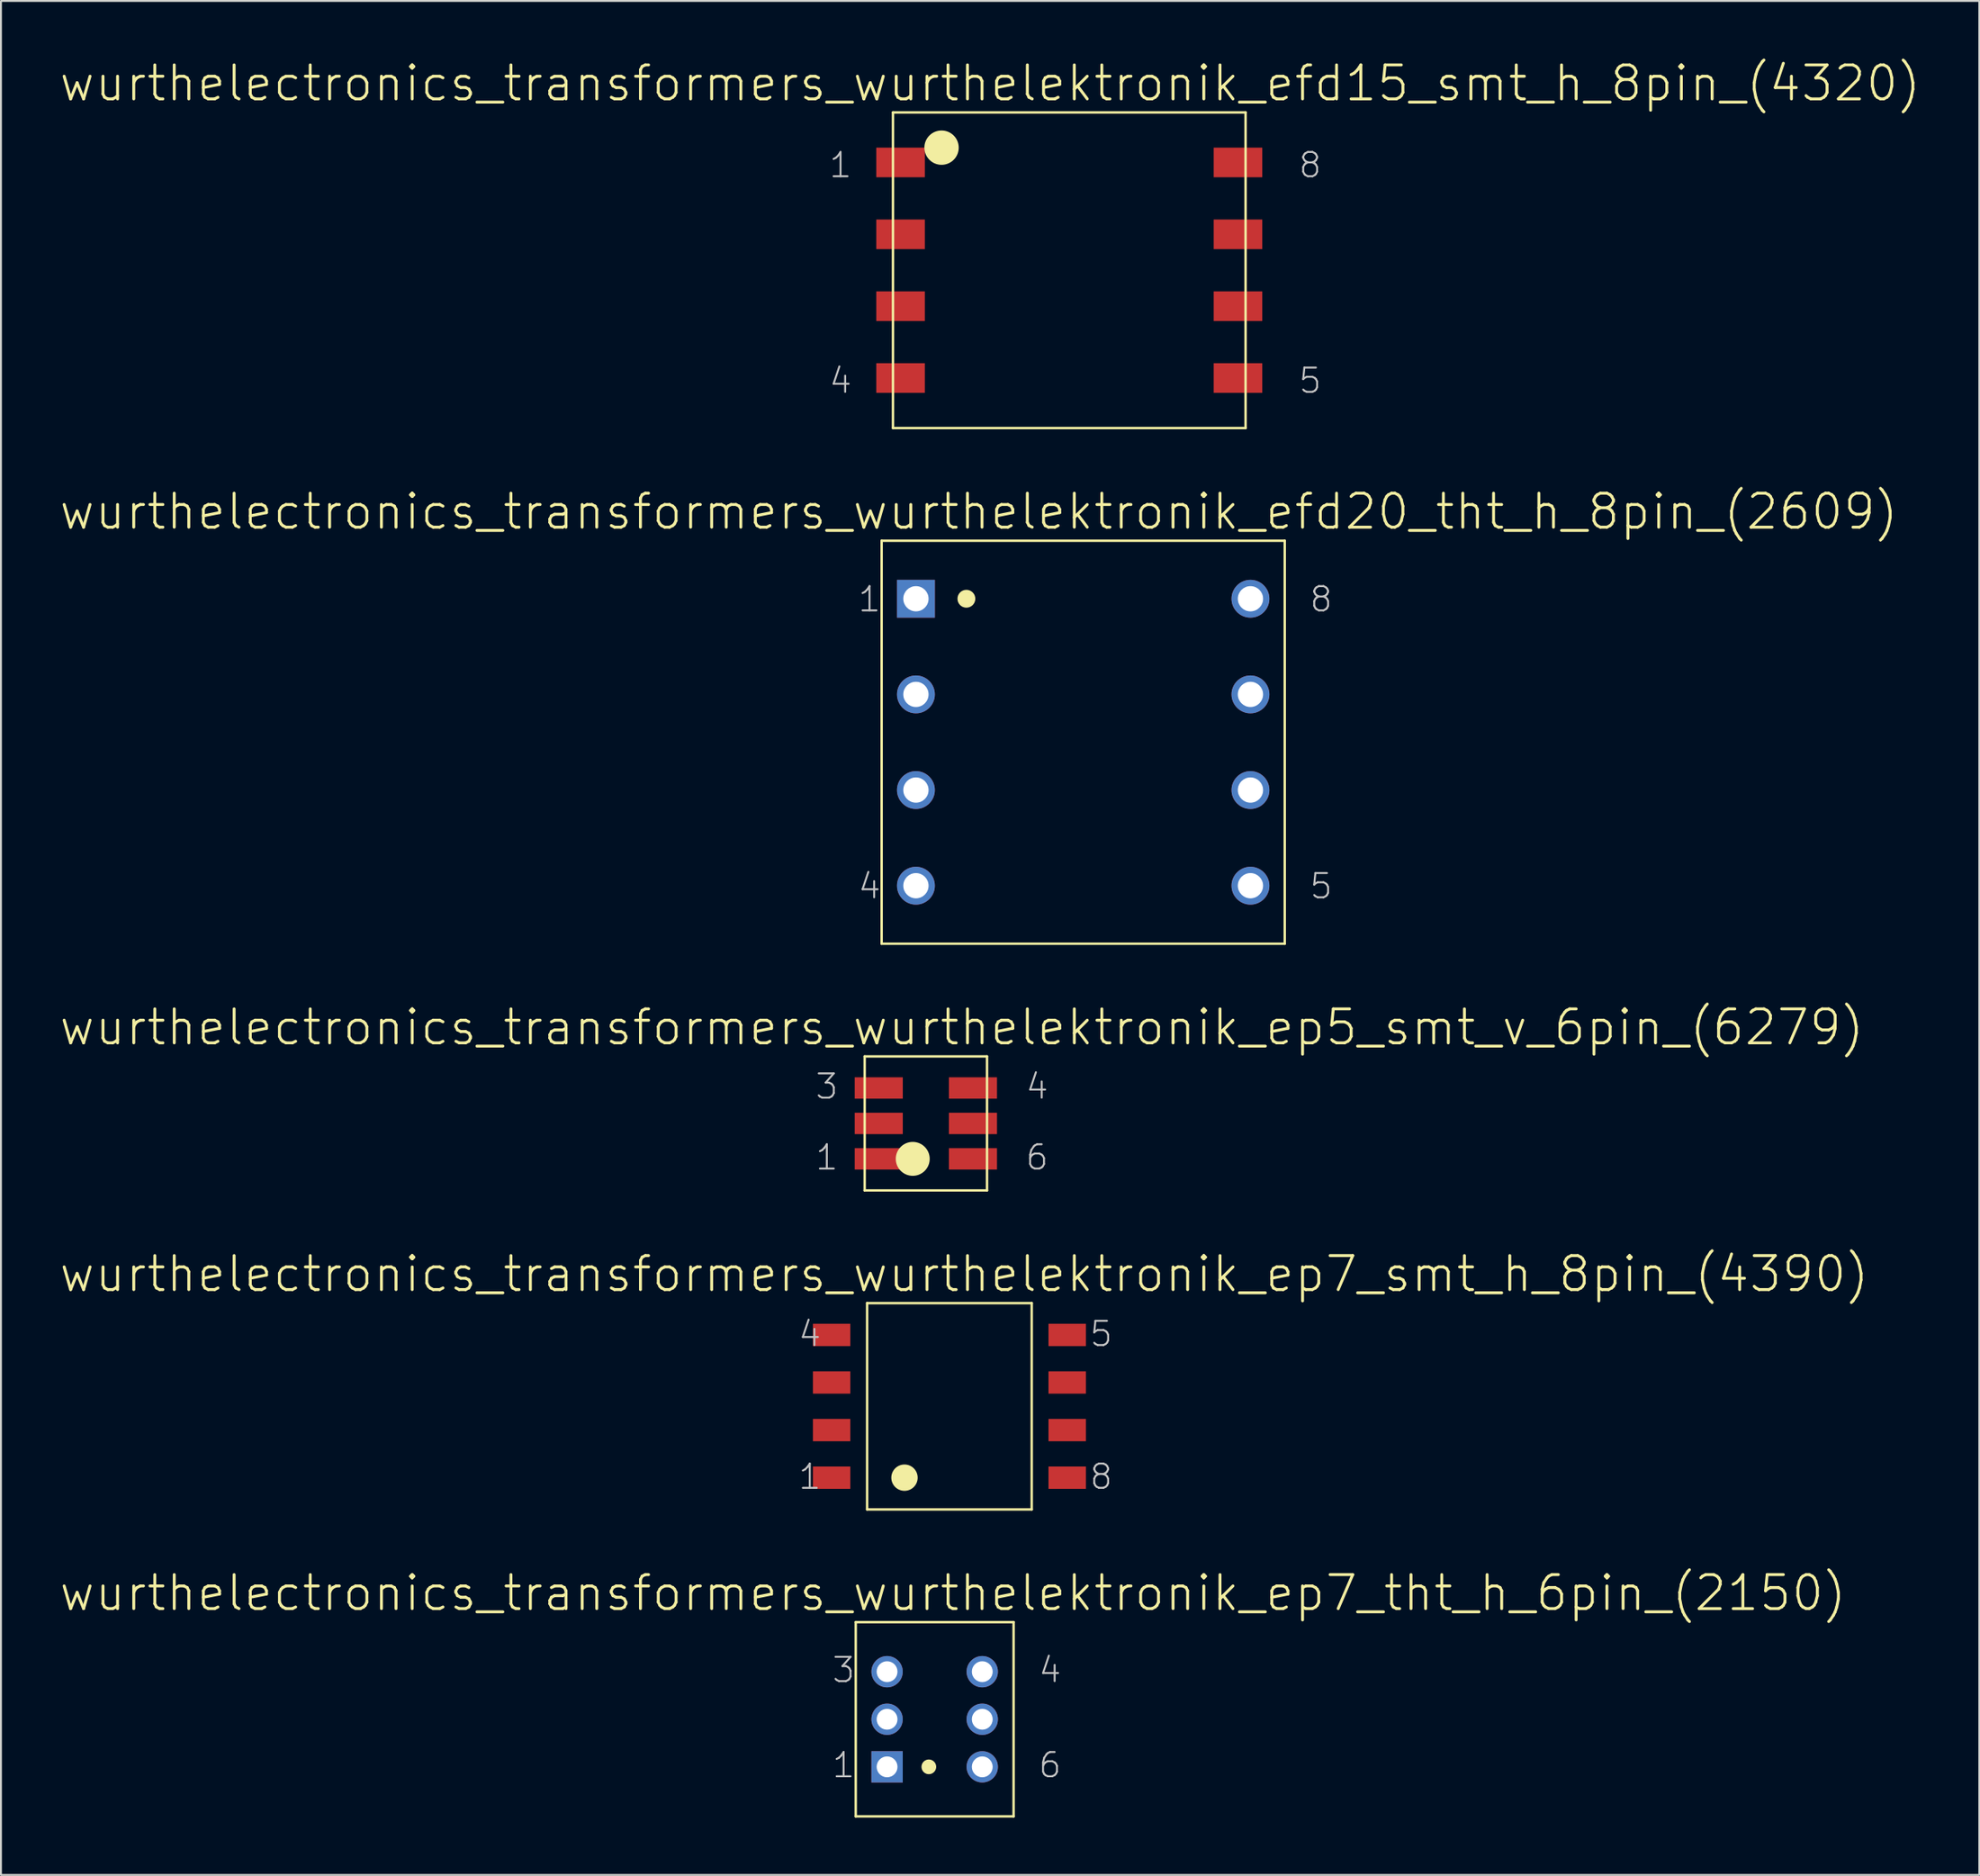
<source format=kicad_pcb>
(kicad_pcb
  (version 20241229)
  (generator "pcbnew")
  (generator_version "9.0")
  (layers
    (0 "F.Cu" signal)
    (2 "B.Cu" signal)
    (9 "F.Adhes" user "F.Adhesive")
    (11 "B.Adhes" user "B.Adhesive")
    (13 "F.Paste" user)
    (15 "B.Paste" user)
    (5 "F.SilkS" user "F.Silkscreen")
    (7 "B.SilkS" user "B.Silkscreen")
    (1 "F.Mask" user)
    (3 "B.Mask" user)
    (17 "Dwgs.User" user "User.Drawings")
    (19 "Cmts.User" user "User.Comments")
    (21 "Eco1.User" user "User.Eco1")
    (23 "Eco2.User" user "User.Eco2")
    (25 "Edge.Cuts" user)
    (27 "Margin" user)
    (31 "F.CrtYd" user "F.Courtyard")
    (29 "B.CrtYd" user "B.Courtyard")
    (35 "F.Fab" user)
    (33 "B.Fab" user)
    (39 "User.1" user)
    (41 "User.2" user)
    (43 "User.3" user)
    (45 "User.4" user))
  (footprint "wurthelectronics_transformers_wurthelektronik_ep7_smt_h_8pin_(4390)"
    (layer "F.Cu")
    (at 46.605 70.517)
    (property "Reference" "wurthelectronics_transformers_wurthelektronik_ep7_smt_h_8pin_(4390)" (at 0.775 -6.921 0) (layer "F.SilkS") (effects (font (size 1.778 1.778) (thickness 0.152))))
    (attr smd)
    (fp_line (start -4.305 -5.397) (end -4.305 5.397) (stroke (width 0.127) (type solid)) (layer "F.SilkS"))
    (fp_line (start -4.305 -5.397) (end 4.305 -5.397) (stroke (width 0.127) (type solid)) (layer "F.SilkS"))
    (fp_line (start -4.305 5.397) (end 4.305 5.397) (stroke (width 0.127) (type solid)) (layer "F.SilkS"))
    (fp_line (start 4.305 -5.397) (end 4.305 5.397) (stroke (width 0.127) (type solid)) (layer "F.SilkS"))
    (fp_circle (center -2.349 3.734) (end -2.837 4.221) (stroke (width 0) (type solid)) (fill yes) (layer "F.SilkS"))
    (fp_text user "5" (at 7.938 -3.785 0) (layer "Dwgs.User") (effects (font (size 1.27 1.27) (thickness 0.102))))
    (fp_text user "8" (at 7.938 3.683 0) (layer "Dwgs.User") (effects (font (size 1.27 1.27) (thickness 0.102))))
    (fp_text user "1" (at -7.303 3.683 0) (layer "Dwgs.User") (effects (font (size 1.27 1.27) (thickness 0.102))))
    (fp_text user "4" (at -7.303 -3.785 0) (layer "Dwgs.User") (effects (font (size 1.27 1.27) (thickness 0.102))))
    (pad "1" smd rect (at -6.16 3.734) (size 1.956 1.168) (layers "F.Cu" "F.Mask" "F.Paste"))
    (pad "2" smd rect (at -6.16 1.245) (size 1.956 1.168) (layers "F.Cu" "F.Mask" "F.Paste"))
    (pad "3" smd rect (at -6.16 -1.245) (size 1.956 1.168) (layers "F.Cu" "F.Mask" "F.Paste"))
    (pad "4" smd rect (at -6.16 -3.734) (size 1.956 1.168) (layers "F.Cu" "F.Mask" "F.Paste"))
    (pad "5" smd rect (at 6.16 -3.734) (size 1.956 1.168) (layers "F.Cu" "F.Mask" "F.Paste"))
    (pad "6" smd rect (at 6.16 -1.245) (size 1.956 1.168) (layers "F.Cu" "F.Mask" "F.Paste"))
    (pad "7" smd rect (at 6.16 1.245) (size 1.956 1.168) (layers "F.Cu" "F.Mask" "F.Paste"))
    (pad "8" smd rect (at 6.16 3.734) (size 1.956 1.168) (layers "F.Cu" "F.Mask" "F.Paste")))
  (footprint "wurthelectronics_transformers_wurthelektronik_ep5_smt_v_6pin_(6279)"
    (layer "F.Cu")
    (at 45.373 55.719)
    (property "Reference" "wurthelectronics_transformers_wurthelektronik_ep5_smt_v_6pin_(6279)" (at 1.88 -5.029 0) (layer "F.SilkS") (effects (font (size 1.778 1.778) (thickness 0.152))))
    (attr smd)
    (fp_line (start -3.2 -3.505) (end -3.2 3.505) (stroke (width 0.127) (type solid)) (layer "F.SilkS"))
    (fp_line (start -3.2 -3.505) (end 3.2 -3.505) (stroke (width 0.127) (type solid)) (layer "F.SilkS"))
    (fp_line (start -3.2 3.505) (end 3.2 3.505) (stroke (width 0.127) (type solid)) (layer "F.SilkS"))
    (fp_line (start 3.2 -3.505) (end 3.2 3.505) (stroke (width 0.127) (type solid)) (layer "F.SilkS"))
    (fp_circle (center -0.686 1.854) (end -1.313 2.482) (stroke (width 0) (type solid)) (fill yes) (layer "F.SilkS"))
    (fp_text user "6" (at 5.817 1.778 0) (layer "Dwgs.User") (effects (font (size 1.27 1.27) (thickness 0.102))))
    (fp_text user "1" (at -5.179 1.778 0) (layer "Dwgs.User") (effects (font (size 1.27 1.27) (thickness 0.102))))
    (fp_text user "3" (at -5.179 -1.93 0) (layer "Dwgs.User") (effects (font (size 1.27 1.27) (thickness 0.102))))
    (fp_text user "4" (at 5.817 -1.93 0) (layer "Dwgs.User") (effects (font (size 1.27 1.27) (thickness 0.102))))
    (pad "1" smd rect (at -2.464 1.854) (size 2.515 1.118) (layers "F.Cu" "F.Mask" "F.Paste"))
    (pad "2" smd rect (at -2.464 0) (size 2.515 1.118) (layers "F.Cu" "F.Mask" "F.Paste"))
    (pad "3" smd rect (at -2.464 -1.854) (size 2.515 1.118) (layers "F.Cu" "F.Mask" "F.Paste"))
    (pad "4" smd rect (at 2.464 -1.854) (size 2.515 1.118) (layers "F.Cu" "F.Mask" "F.Paste"))
    (pad "5" smd rect (at 2.464 0) (size 2.515 1.118) (layers "F.Cu" "F.Mask" "F.Paste"))
    (pad "6" smd rect (at 2.464 1.854) (size 2.515 1.118) (layers "F.Cu" "F.Mask" "F.Paste")))
  (footprint "wurthelectronics_transformers_wurthelektronik_ep7_tht_h_6pin_(2150)"
    (layer "F.Cu")
    (at 45.834 86.889)
    (property "Reference" "wurthelectronics_transformers_wurthelektronik_ep7_tht_h_6pin_(2150)" (at 0.953 -6.604 0) (layer "F.SilkS") (effects (font (size 1.778 1.778) (thickness 0.152))))
    (attr exclude_from_pos_files exclude_from_bom)
    (fp_line (start -4.128 -5.08) (end -4.128 5.08) (stroke (width 0.127) (type solid)) (layer "F.SilkS"))
    (fp_line (start -4.128 -5.08) (end 4.128 -5.08) (stroke (width 0.127) (type solid)) (layer "F.SilkS"))
    (fp_line (start -4.128 5.08) (end 4.128 5.08) (stroke (width 0.127) (type solid)) (layer "F.SilkS"))
    (fp_line (start 4.128 -5.08) (end 4.128 5.08) (stroke (width 0.127) (type solid)) (layer "F.SilkS"))
    (fp_circle (center -0.305 2.489) (end -0.577 2.761) (stroke (width 0) (type solid)) (fill yes) (layer "F.SilkS"))
    (fp_text user "6" (at 6.032 2.4 0) (layer "Dwgs.User") (effects (font (size 1.27 1.27) (thickness 0.102))))
    (fp_text user "3" (at -4.763 -2.578 0) (layer "Dwgs.User") (effects (font (size 1.27 1.27) (thickness 0.102))))
    (fp_text user "1" (at -4.763 2.4 0) (layer "Dwgs.User") (effects (font (size 1.27 1.27) (thickness 0.102))))
    (fp_text user "4" (at 6.032 -2.578 0) (layer "Dwgs.User") (effects (font (size 1.27 1.27) (thickness 0.102))))
    (pad "1" thru_hole rect (at -2.489 2.489) (size 1.638 1.638) (drill 1.09) (layers "*.Cu" "*.Paste" "*.Mask"))
    (pad "2" thru_hole circle (at -2.489 0) (size 1.638 1.638) (drill 1.09) (layers "*.Cu" "*.Paste" "*.Mask"))
    (pad "3" thru_hole circle (at -2.489 -2.489) (size 1.638 1.638) (drill 1.09) (layers "*.Cu" "*.Paste" "*.Mask"))
    (pad "4" thru_hole circle (at 2.489 -2.489) (size 1.638 1.638) (drill 1.09) (layers "*.Cu" "*.Paste" "*.Mask"))
    (pad "5" thru_hole circle (at 2.489 0) (size 1.638 1.638) (drill 1.09) (layers "*.Cu" "*.Paste" "*.Mask"))
    (pad "6" thru_hole circle (at 2.489 2.489) (size 1.638 1.638) (drill 1.09) (layers "*.Cu" "*.Paste" "*.Mask")))
  (footprint "wurthelectronics_transformers_wurthelektronik_efd20_tht_h_8pin_(2609)"
    (layer "F.Cu")
    (at 53.602 35.778)
    (property "Reference" "wurthelectronics_transformers_wurthelektronik_efd20_tht_h_8pin_(2609)" (at -5.461 -12.065 0) (layer "F.SilkS") (effects (font (size 1.778 1.778) (thickness 0.152))))
    (attr exclude_from_pos_files exclude_from_bom)
    (fp_line (start -10.541 -10.541) (end -10.541 10.541) (stroke (width 0.127) (type solid)) (layer "F.SilkS"))
    (fp_line (start -10.541 -10.541) (end 10.541 -10.541) (stroke (width 0.127) (type solid)) (layer "F.SilkS"))
    (fp_line (start -10.541 10.541) (end 10.541 10.541) (stroke (width 0.127) (type solid)) (layer "F.SilkS"))
    (fp_line (start 10.541 -10.541) (end 10.541 10.541) (stroke (width 0.127) (type solid)) (layer "F.SilkS"))
    (fp_circle (center -6.109 -7.506) (end -6.439 -7.836) (stroke (width 0) (type solid)) (fill yes) (layer "F.SilkS"))
    (fp_text user "8" (at 12.446 -7.48 0) (layer "Dwgs.User") (effects (font (size 1.27 1.27) (thickness 0.102))))
    (fp_text user "5" (at 12.446 7.531 0) (layer "Dwgs.User") (effects (font (size 1.27 1.27) (thickness 0.102))))
    (fp_text user "4" (at -11.176 7.531 0) (layer "Dwgs.User") (effects (font (size 1.27 1.27) (thickness 0.102))))
    (fp_text user "1" (at -11.176 -7.48 0) (layer "Dwgs.User") (effects (font (size 1.27 1.27) (thickness 0.102))))
    (pad "1" thru_hole rect (at -8.748 -7.506) (size 1.981 1.981) (drill 1.321) (layers "*.Cu" "*.Paste" "*.Mask"))
    (pad "2" thru_hole circle (at -8.748 -2.502) (size 1.981 1.981) (drill 1.321) (layers "*.Cu" "*.Paste" "*.Mask"))
    (pad "3" thru_hole circle (at -8.748 2.502) (size 1.981 1.981) (drill 1.321) (layers "*.Cu" "*.Paste" "*.Mask"))
    (pad "4" thru_hole circle (at -8.748 7.506) (size 1.981 1.981) (drill 1.321) (layers "*.Cu" "*.Paste" "*.Mask"))
    (pad "5" thru_hole circle (at 8.748 7.506) (size 1.981 1.981) (drill 1.321) (layers "*.Cu" "*.Paste" "*.Mask"))
    (pad "6" thru_hole circle (at 8.748 2.502) (size 1.981 1.981) (drill 1.321) (layers "*.Cu" "*.Paste" "*.Mask"))
    (pad "7" thru_hole circle (at 8.748 -2.502) (size 1.981 1.981) (drill 1.321) (layers "*.Cu" "*.Paste" "*.Mask"))
    (pad "8" thru_hole circle (at 8.748 -7.506) (size 1.981 1.981) (drill 1.321) (layers "*.Cu" "*.Paste" "*.Mask")))
  (footprint "wurthelectronics_transformers_wurthelektronik_efd15_smt_h_8pin_(4320)"
    (layer "F.Cu")
    (at 52.874 11.087)
    (property "Reference" "wurthelectronics_transformers_wurthelektronik_efd15_smt_h_8pin_(4320)" (at -4.14 -9.779 0) (layer "F.SilkS") (effects (font (size 1.778 1.778) (thickness 0.152))))
    (attr smd)
    (fp_line (start -9.22 -8.255) (end -9.22 8.255) (stroke (width 0.127) (type solid)) (layer "F.SilkS"))
    (fp_line (start -9.22 -8.255) (end 9.22 -8.255) (stroke (width 0.127) (type solid)) (layer "F.SilkS"))
    (fp_line (start -9.22 8.255) (end 9.22 8.255) (stroke (width 0.127) (type solid)) (layer "F.SilkS"))
    (fp_line (start 9.22 -8.255) (end 9.22 8.255) (stroke (width 0.127) (type solid)) (layer "F.SilkS"))
    (fp_circle (center -6.68 -6.413) (end -7.315 -7.048) (stroke (width 0) (type solid)) (fill yes) (layer "F.SilkS"))
    (fp_text user "4" (at -11.963 5.779 0) (layer "Dwgs.User") (effects (font (size 1.27 1.27) (thickness 0.102))))
    (fp_text user "5" (at 12.598 5.779 0) (layer "Dwgs.User") (effects (font (size 1.27 1.27) (thickness 0.102))))
    (fp_text user "1" (at -11.963 -5.499 0) (layer "Dwgs.User") (effects (font (size 1.27 1.27) (thickness 0.102))))
    (fp_text user "8" (at 12.598 -5.499 0) (layer "Dwgs.User") (effects (font (size 1.27 1.27) (thickness 0.102))))
    (pad "1" smd rect (at -8.824 -5.639) (size 2.54 1.549) (layers "F.Cu" "F.Mask" "F.Paste"))
    (pad "2" smd rect (at -8.824 -1.88) (size 2.54 1.549) (layers "F.Cu" "F.Mask" "F.Paste"))
    (pad "3" smd rect (at -8.824 1.88) (size 2.54 1.549) (layers "F.Cu" "F.Mask" "F.Paste"))
    (pad "4" smd rect (at -8.824 5.639) (size 2.54 1.549) (layers "F.Cu" "F.Mask" "F.Paste"))
    (pad "5" smd rect (at 8.824 5.639) (size 2.54 1.549) (layers "F.Cu" "F.Mask" "F.Paste"))
    (pad "6" smd rect (at 8.824 1.88) (size 2.54 1.549) (layers "F.Cu" "F.Mask" "F.Paste"))
    (pad "7" smd rect (at 8.824 -1.88) (size 2.54 1.549) (layers "F.Cu" "F.Mask" "F.Paste"))
    (pad "8" smd rect (at 8.824 -5.639) (size 2.54 1.549) (layers "F.Cu" "F.Mask" "F.Paste")))
  (gr_rect
    (start -3 -3)
    (end 100.468 95.033)
    (stroke (width 0.1) (type default))
    (fill no)
    (layer "Edge.Cuts")))
</source>
